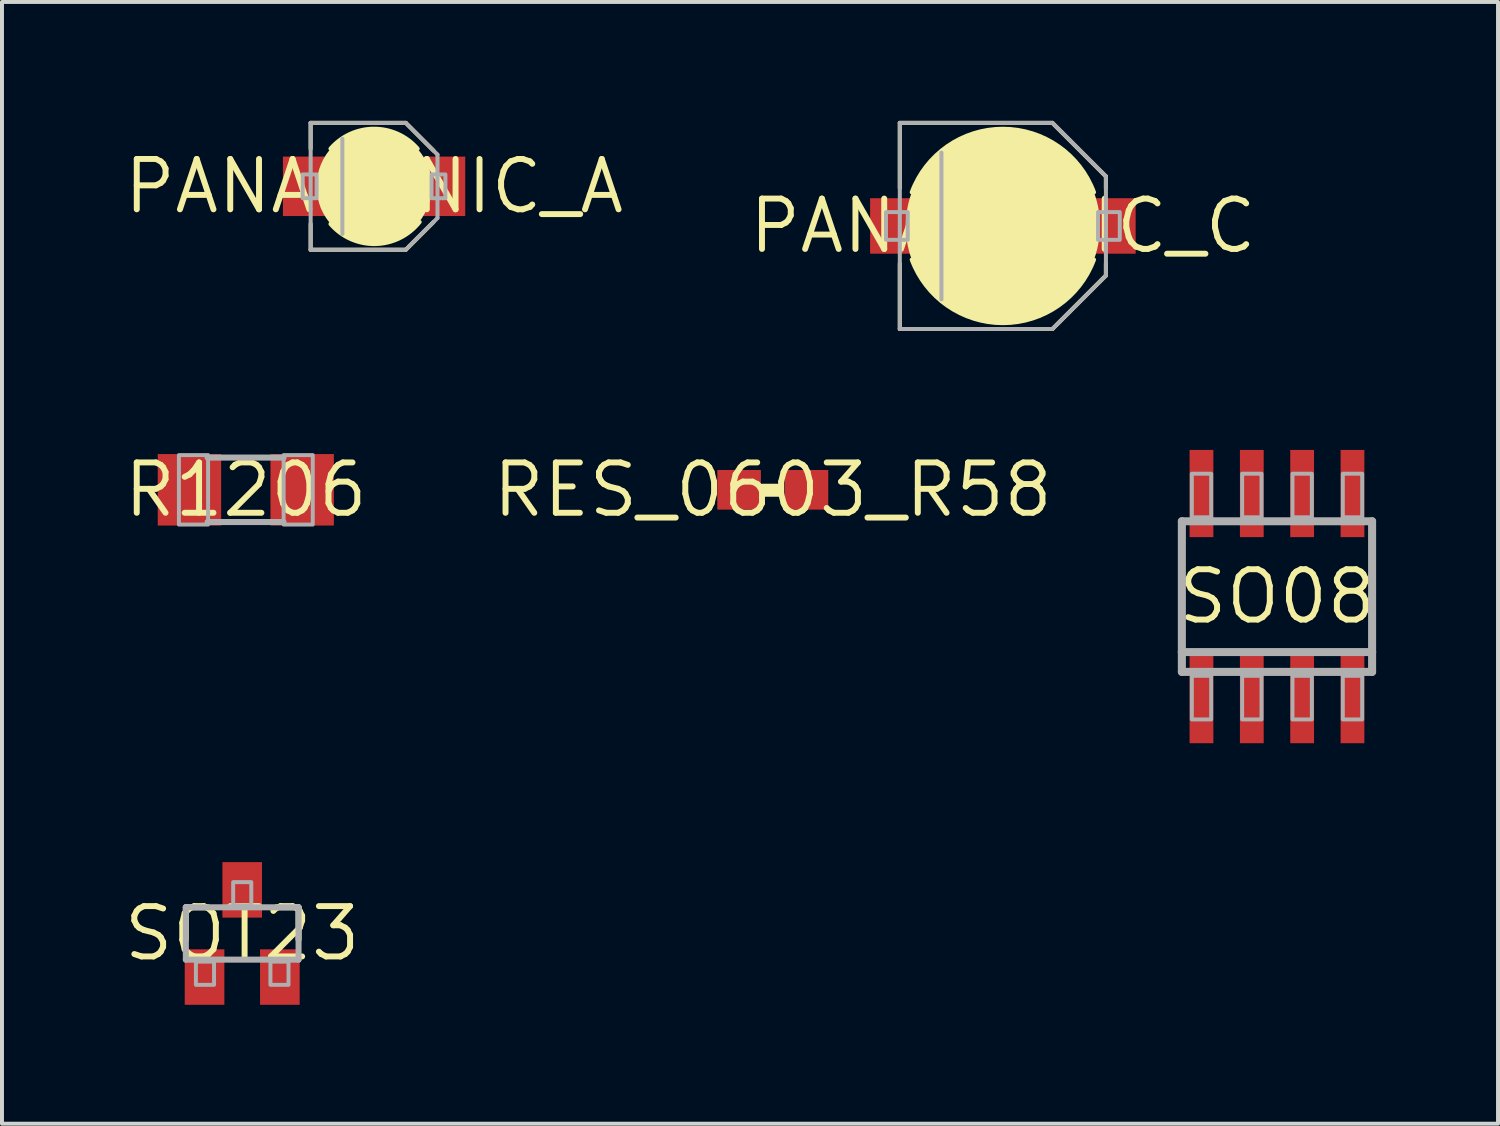
<source format=kicad_pcb>
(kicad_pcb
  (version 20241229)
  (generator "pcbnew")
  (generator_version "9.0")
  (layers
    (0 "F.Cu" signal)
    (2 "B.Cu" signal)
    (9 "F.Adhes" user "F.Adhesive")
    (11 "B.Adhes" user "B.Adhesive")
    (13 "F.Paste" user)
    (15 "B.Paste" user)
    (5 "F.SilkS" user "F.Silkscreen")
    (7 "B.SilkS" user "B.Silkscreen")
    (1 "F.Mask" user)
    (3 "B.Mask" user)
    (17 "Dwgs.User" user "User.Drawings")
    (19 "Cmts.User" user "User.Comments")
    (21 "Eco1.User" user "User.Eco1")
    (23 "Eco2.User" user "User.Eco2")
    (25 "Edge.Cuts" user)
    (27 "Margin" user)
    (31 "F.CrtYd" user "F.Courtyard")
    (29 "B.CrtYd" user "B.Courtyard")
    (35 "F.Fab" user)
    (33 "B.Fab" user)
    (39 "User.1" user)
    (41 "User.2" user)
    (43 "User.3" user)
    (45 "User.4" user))
  (footprint "PANASONIC_C"
    (layer "F.Cu")
    (at 22.253 2.651)
    (property "Reference" "PANASONIC_C" (at 0 0 0) (layer "F.SilkS") (effects (font (size 1.27 1.27) (thickness 0.15))))
    (fp_poly (pts (xy -3.35 -0.7) (xy -0.75 -0.7) (xy -0.75 0.7) (xy -3.35 0.7)) (stroke (width 0) (type default)) (fill yes) (layer "F.Mask"))
    (fp_poly (pts (xy 0.75 -0.7) (xy 3.35 -0.7) (xy 3.35 0.7) (xy 0.75 0.7)) (stroke (width 0) (type default)) (fill yes) (layer "F.Mask"))
    (fp_line (start -2.6 -2.6) (end 1.25 -2.6) (stroke (width 0.102) (type solid)) (layer "F.SilkS"))
    (fp_line (start -2.6 -0.95) (end -2.6 -2.6) (stroke (width 0.102) (type solid)) (layer "F.SilkS"))
    (fp_line (start -2.6 2.6) (end -2.6 0.95) (stroke (width 0.102) (type solid)) (layer "F.SilkS"))
    (fp_line (start 1.25 -2.6) (end 2.6 -1.25) (stroke (width 0.102) (type solid)) (layer "F.SilkS"))
    (fp_line (start 1.25 2.6) (end -2.6 2.6) (stroke (width 0.102) (type solid)) (layer "F.SilkS"))
    (fp_line (start 2.6 -1.25) (end 2.6 -0.95) (stroke (width 0.102) (type solid)) (layer "F.SilkS"))
    (fp_line (start 2.6 0.95) (end 2.6 1.25) (stroke (width 0.102) (type solid)) (layer "F.SilkS"))
    (fp_line (start 2.6 1.25) (end 1.25 2.6) (stroke (width 0.102) (type solid)) (layer "F.SilkS"))
    (fp_arc (start -2.299999 -0.850002) (mid 0.000001 -2.452034) (end 2.3 -0.85) (stroke (width 0.102) (type solid)) (layer "F.SilkS"))
    (fp_arc (start 2.3 0.849999) (mid 0 2.45204) (end -2.3 0.85) (stroke (width 0.102) (type solid)) (layer "F.SilkS"))
    (fp_circle (center 0 0) (end 1.225 0) (stroke (width 2.45) (type solid)) (fill yes) (layer "F.SilkS"))
    (fp_poly (pts (xy -3.35 -0.7) (xy -0.75 -0.7) (xy -0.75 0.7) (xy -3.35 0.7)) (stroke (width 0) (type default)) (fill yes) (layer "F.Paste"))
    (fp_poly (pts (xy 0.75 -0.7) (xy 3.35 -0.7) (xy 3.35 0.7) (xy 0.75 0.7)) (stroke (width 0) (type default)) (fill yes) (layer "F.Paste"))
    (fp_line (start -2.6 -2.6) (end 1.25 -2.6) (stroke (width 0.102) (type solid)) (layer "F.Fab"))
    (fp_line (start -2.6 2.6) (end -2.6 -2.6) (stroke (width 0.102) (type solid)) (layer "F.Fab"))
    (fp_line (start -1.55 -1.85) (end -1.55 1.85) (stroke (width 0.102) (type solid)) (layer "F.Fab"))
    (fp_line (start 1.25 -2.6) (end 2.6 -1.25) (stroke (width 0.102) (type solid)) (layer "F.Fab"))
    (fp_line (start 1.25 2.6) (end -2.6 2.6) (stroke (width 0.102) (type solid)) (layer "F.Fab"))
    (fp_line (start 2.6 -1.25) (end 2.6 1.25) (stroke (width 0.102) (type solid)) (layer "F.Fab"))
    (fp_line (start 2.6 1.25) (end 1.25 2.6) (stroke (width 0.102) (type solid)) (layer "F.Fab"))
    (fp_poly (pts (xy -2.4 -0.35) (xy -2.949 -0.35) (xy -2.949 0.35) (xy -2.4 0.35)) (stroke (width 0.1) (type default)) (fill no) (layer "F.Fab"))
    (fp_poly (pts (xy 2.95 -0.35) (xy 2.401 -0.35) (xy 2.401 0.35) (xy 2.95 0.35)) (stroke (width 0.1) (type default)) (fill no) (layer "F.Fab"))
    (pad "+" smd rect (at 2.05 0) (size 2.6 1.4) (layers "F.Cu"))
    (pad "-" smd rect (at -2.05 0) (size 2.6 1.4) (layers "F.Cu")))
  (footprint "SOT23"
    (layer "F.Cu")
    (at 3.061 20.502)
    (property "Reference" "SOT23" (at 0 0 0) (layer "F.SilkS") (effects (font (size 1.27 1.27) (thickness 0.15))))
    (fp_poly (pts (xy -1.45 0.4) (xy -0.45 0.4) (xy -0.45 1.8) (xy -1.45 1.8)) (stroke (width 0) (type default)) (fill yes) (layer "F.Mask"))
    (fp_poly (pts (xy -0.5 -1.8) (xy 0.5 -1.8) (xy 0.5 -0.4) (xy -0.5 -0.4)) (stroke (width 0) (type default)) (fill yes) (layer "F.Mask"))
    (fp_poly (pts (xy 0.45 0.4) (xy 1.45 0.4) (xy 1.45 1.8) (xy 0.45 1.8)) (stroke (width 0) (type default)) (fill yes) (layer "F.Mask"))
    (fp_line (start -1.422 -0.66) (end -0.864 -0.66) (stroke (width 0.152) (type solid)) (layer "F.SilkS"))
    (fp_line (start -1.422 0.152) (end -1.422 -0.66) (stroke (width 0.152) (type solid)) (layer "F.SilkS"))
    (fp_line (start 0.864 -0.66) (end 1.422 -0.66) (stroke (width 0.152) (type solid)) (layer "F.SilkS"))
    (fp_line (start 1.422 -0.66) (end 1.422 0.152) (stroke (width 0.152) (type solid)) (layer "F.SilkS"))
    (fp_poly (pts (xy -1.45 0.4) (xy -0.45 0.4) (xy -0.45 1.8) (xy -1.45 1.8)) (stroke (width 0) (type default)) (fill yes) (layer "F.Paste"))
    (fp_poly (pts (xy -0.5 -1.8) (xy 0.5 -1.8) (xy 0.5 -0.4) (xy -0.5 -0.4)) (stroke (width 0) (type default)) (fill yes) (layer "F.Paste"))
    (fp_poly (pts (xy 0.45 0.4) (xy 1.45 0.4) (xy 1.45 1.8) (xy 0.45 1.8)) (stroke (width 0) (type default)) (fill yes) (layer "F.Paste"))
    (fp_line (start -1.422 -0.66) (end 1.422 -0.66) (stroke (width 0.152) (type solid)) (layer "F.Fab"))
    (fp_line (start -1.422 0.66) (end -1.422 -0.66) (stroke (width 0.152) (type solid)) (layer "F.Fab"))
    (fp_line (start 1.422 -0.66) (end 1.422 0.66) (stroke (width 0.152) (type solid)) (layer "F.Fab"))
    (fp_line (start 1.422 0.66) (end -1.422 0.66) (stroke (width 0.152) (type solid)) (layer "F.Fab"))
    (fp_poly (pts (xy -0.711 0.711) (xy -1.168 0.711) (xy -1.168 1.296) (xy -0.711 1.296)) (stroke (width 0.1) (type default)) (fill no) (layer "F.Fab"))
    (fp_poly (pts (xy 0.229 -1.295) (xy -0.228 -1.295) (xy -0.228 -0.711) (xy 0.229 -0.711)) (stroke (width 0.1) (type default)) (fill no) (layer "F.Fab"))
    (fp_poly (pts (xy 1.168 0.711) (xy 0.712 0.711) (xy 0.712 1.296) (xy 1.168 1.296)) (stroke (width 0.1) (type default)) (fill no) (layer "F.Fab"))
    (pad "1" smd rect (at -0.95 1.1) (size 1 1.4) (layers "F.Cu"))
    (pad "2" smd rect (at 0.95 1.1) (size 1 1.4) (layers "F.Cu"))
    (pad "3" smd rect (at 0 -1.1) (size 1 1.4) (layers "F.Cu")))
  (footprint "SO08"
    (layer "F.Cu")
    (at 29.169 12.002)
    (property "Reference" "SO08" (at 0 0 0) (layer "F.SilkS") (effects (font (size 1.27 1.27) (thickness 0.15))))
    (fp_poly (pts (xy -2.205 -3.7) (xy -1.605 -3.7) (xy -1.605 -1.5) (xy -2.205 -1.5)) (stroke (width 0) (type default)) (fill yes) (layer "F.Mask"))
    (fp_poly (pts (xy -2.205 1.5) (xy -1.605 1.5) (xy -1.605 3.7) (xy -2.205 3.7)) (stroke (width 0) (type default)) (fill yes) (layer "F.Mask"))
    (fp_poly (pts (xy -0.935 -3.7) (xy -0.335 -3.7) (xy -0.335 -1.5) (xy -0.935 -1.5)) (stroke (width 0) (type default)) (fill yes) (layer "F.Mask"))
    (fp_poly (pts (xy -0.935 1.5) (xy -0.335 1.5) (xy -0.335 3.7) (xy -0.935 3.7)) (stroke (width 0) (type default)) (fill yes) (layer "F.Mask"))
    (fp_poly (pts (xy 0.335 -3.7) (xy 0.935 -3.7) (xy 0.935 -1.5) (xy 0.335 -1.5)) (stroke (width 0) (type default)) (fill yes) (layer "F.Mask"))
    (fp_poly (pts (xy 0.335 1.5) (xy 0.935 1.5) (xy 0.935 3.7) (xy 0.335 3.7)) (stroke (width 0) (type default)) (fill yes) (layer "F.Mask"))
    (fp_poly (pts (xy 1.605 -3.7) (xy 2.205 -3.7) (xy 2.205 -1.5) (xy 1.605 -1.5)) (stroke (width 0) (type default)) (fill yes) (layer "F.Mask"))
    (fp_poly (pts (xy 1.605 1.5) (xy 2.205 1.5) (xy 2.205 3.7) (xy 1.605 3.7)) (stroke (width 0) (type default)) (fill yes) (layer "F.Mask"))
    (fp_poly (pts (xy -2.205 -3.7) (xy -1.605 -3.7) (xy -1.605 -1.5) (xy -2.205 -1.5)) (stroke (width 0) (type default)) (fill yes) (layer "F.Paste"))
    (fp_poly (pts (xy -2.205 1.5) (xy -1.605 1.5) (xy -1.605 3.7) (xy -2.205 3.7)) (stroke (width 0) (type default)) (fill yes) (layer "F.Paste"))
    (fp_poly (pts (xy -0.935 -3.7) (xy -0.335 -3.7) (xy -0.335 -1.5) (xy -0.935 -1.5)) (stroke (width 0) (type default)) (fill yes) (layer "F.Paste"))
    (fp_poly (pts (xy -0.935 1.5) (xy -0.335 1.5) (xy -0.335 3.7) (xy -0.935 3.7)) (stroke (width 0) (type default)) (fill yes) (layer "F.Paste"))
    (fp_poly (pts (xy 0.335 -3.7) (xy 0.935 -3.7) (xy 0.935 -1.5) (xy 0.335 -1.5)) (stroke (width 0) (type default)) (fill yes) (layer "F.Paste"))
    (fp_poly (pts (xy 0.335 1.5) (xy 0.935 1.5) (xy 0.935 3.7) (xy 0.335 3.7)) (stroke (width 0) (type default)) (fill yes) (layer "F.Paste"))
    (fp_poly (pts (xy 1.605 -3.7) (xy 2.205 -3.7) (xy 2.205 -1.5) (xy 1.605 -1.5)) (stroke (width 0) (type default)) (fill yes) (layer "F.Paste"))
    (fp_poly (pts (xy 1.605 1.5) (xy 2.205 1.5) (xy 2.205 3.7) (xy 1.605 3.7)) (stroke (width 0) (type default)) (fill yes) (layer "F.Paste"))
    (fp_line (start -2.4 -1.9) (end 2.4 -1.9) (stroke (width 0.203) (type solid)) (layer "F.Fab"))
    (fp_line (start -2.4 1.4) (end -2.4 -1.9) (stroke (width 0.203) (type solid)) (layer "F.Fab"))
    (fp_line (start -2.4 1.9) (end -2.4 1.4) (stroke (width 0.203) (type solid)) (layer "F.Fab"))
    (fp_line (start 2.4 -1.9) (end 2.4 1.4) (stroke (width 0.203) (type solid)) (layer "F.Fab"))
    (fp_line (start 2.4 1.4) (end -2.4 1.4) (stroke (width 0.203) (type solid)) (layer "F.Fab"))
    (fp_line (start 2.4 1.4) (end 2.4 1.9) (stroke (width 0.203) (type solid)) (layer "F.Fab"))
    (fp_line (start 2.4 1.9) (end -2.4 1.9) (stroke (width 0.203) (type solid)) (layer "F.Fab"))
    (fp_poly (pts (xy -1.66 -3.1) (xy -2.149 -3.1) (xy -2.149 -2) (xy -1.66 -2)) (stroke (width 0.1) (type default)) (fill no) (layer "F.Fab"))
    (fp_poly (pts (xy -1.66 2) (xy -2.149 2) (xy -2.149 3.1) (xy -1.66 3.1)) (stroke (width 0.1) (type default)) (fill no) (layer "F.Fab"))
    (fp_poly (pts (xy -0.39 -3.1) (xy -0.879 -3.1) (xy -0.879 -2) (xy -0.39 -2)) (stroke (width 0.1) (type default)) (fill no) (layer "F.Fab"))
    (fp_poly (pts (xy -0.39 2) (xy -0.879 2) (xy -0.879 3.1) (xy -0.39 3.1)) (stroke (width 0.1) (type default)) (fill no) (layer "F.Fab"))
    (fp_poly (pts (xy 0.88 -3.1) (xy 0.391 -3.1) (xy 0.391 -2) (xy 0.88 -2)) (stroke (width 0.1) (type default)) (fill no) (layer "F.Fab"))
    (fp_poly (pts (xy 0.88 2) (xy 0.391 2) (xy 0.391 3.1) (xy 0.88 3.1)) (stroke (width 0.1) (type default)) (fill no) (layer "F.Fab"))
    (fp_poly (pts (xy 2.15 -3.1) (xy 1.661 -3.1) (xy 1.661 -2) (xy 2.15 -2)) (stroke (width 0.1) (type default)) (fill no) (layer "F.Fab"))
    (fp_poly (pts (xy 2.15 2) (xy 1.661 2) (xy 1.661 3.1) (xy 2.15 3.1)) (stroke (width 0.1) (type default)) (fill no) (layer "F.Fab"))
    (pad "1" smd rect (at -1.905 2.6) (size 0.6 2.2) (layers "F.Cu"))
    (pad "2" smd rect (at -0.635 2.6) (size 0.6 2.2) (layers "F.Cu"))
    (pad "3" smd rect (at 0.635 2.6) (size 0.6 2.2) (layers "F.Cu"))
    (pad "4" smd rect (at 1.905 2.6) (size 0.6 2.2) (layers "F.Cu"))
    (pad "5" smd rect (at 1.905 -2.6) (size 0.6 2.2) (layers "F.Cu"))
    (pad "6" smd rect (at 0.635 -2.6) (size 0.6 2.2) (layers "F.Cu"))
    (pad "7" smd rect (at -0.635 -2.6) (size 0.6 2.2) (layers "F.Cu"))
    (pad "8" smd rect (at -1.905 -2.6) (size 0.6 2.2) (layers "F.Cu")))
  (footprint "R1206"
    (layer "F.Cu")
    (at 3.152 9.308)
    (property "Reference" "R1206" (at 0 0 0) (layer "F.SilkS") (effects (font (size 1.27 1.27) (thickness 0.15))))
    (fp_poly (pts (xy -2.222 -0.902) (xy -0.622 -0.902) (xy -0.622 0.902) (xy -2.222 0.902)) (stroke (width 0) (type default)) (fill yes) (layer "F.Mask"))
    (fp_poly (pts (xy 0.622 -0.902) (xy 2.222 -0.902) (xy 2.222 0.902) (xy 0.622 0.902)) (stroke (width 0) (type default)) (fill yes) (layer "F.Mask"))
    (fp_poly (pts (xy -2.222 -0.902) (xy -0.622 -0.902) (xy -0.622 0.902) (xy -2.222 0.902)) (stroke (width 0) (type default)) (fill yes) (layer "F.Paste"))
    (fp_poly (pts (xy 0.622 -0.902) (xy 2.222 -0.902) (xy 2.222 0.902) (xy 0.622 0.902)) (stroke (width 0) (type default)) (fill yes) (layer "F.Paste"))
    (fp_line (start 0.952 -0.813) (end -0.965 -0.813) (stroke (width 0.152) (type solid)) (layer "F.Fab"))
    (fp_line (start 0.952 0.813) (end -0.965 0.813) (stroke (width 0.152) (type solid)) (layer "F.Fab"))
    (fp_poly (pts (xy -0.952 -0.876) (xy -1.688 -0.876) (xy -1.688 0.877) (xy -0.952 0.877)) (stroke (width 0.1) (type default)) (fill no) (layer "F.Fab"))
    (fp_poly (pts (xy 1.689 -0.876) (xy 0.954 -0.876) (xy 0.954 0.877) (xy 1.689 0.877)) (stroke (width 0.1) (type default)) (fill no) (layer "F.Fab"))
    (pad "1" smd rect (at -1.422 0) (size 1.6 1.803) (layers "F.Cu"))
    (pad "2" smd rect (at 1.422 0) (size 1.6 1.803) (layers "F.Cu")))
  (footprint "PANASONIC_A"
    (layer "F.Cu")
    (at 6.388 1.651)
    (property "Reference" "PANASONIC_A" (at 0 0 0) (layer "F.SilkS") (effects (font (size 1.27 1.27) (thickness 0.15))))
    (fp_poly (pts (xy -2.3 -0.75) (xy -0.3 -0.75) (xy -0.3 0.75) (xy -2.3 0.75)) (stroke (width 0) (type default)) (fill yes) (layer "F.Mask"))
    (fp_poly (pts (xy 0.3 -0.75) (xy 2.3 -0.75) (xy 2.3 0.75) (xy 0.3 0.75)) (stroke (width 0) (type default)) (fill yes) (layer "F.Mask"))
    (fp_line (start -1.6 -1.6) (end 0.8 -1.6) (stroke (width 0.102) (type solid)) (layer "F.SilkS"))
    (fp_line (start -1.6 -0.95) (end -1.6 -1.6) (stroke (width 0.102) (type solid)) (layer "F.SilkS"))
    (fp_line (start -1.6 1.6) (end -1.6 0.95) (stroke (width 0.102) (type solid)) (layer "F.SilkS"))
    (fp_line (start 0.8 -1.6) (end 1.5 -0.9) (stroke (width 0.102) (type solid)) (layer "F.SilkS"))
    (fp_line (start 0.8 1.6) (end -1.6 1.6) (stroke (width 0.102) (type solid)) (layer "F.SilkS"))
    (fp_line (start 1.5 0.9) (end 0.8 1.6) (stroke (width 0.102) (type solid)) (layer "F.SilkS"))
    (fp_arc (start -1.099999 -0.950001) (mid 0.000001 -1.453434) (end 1.1 -0.95) (stroke (width 0.102) (type solid)) (layer "F.SilkS"))
    (fp_arc (start 1.149999 0.899999) (mid 0.03681 1.456459) (end -1.1 0.95) (stroke (width 0.102) (type solid)) (layer "F.SilkS"))
    (fp_circle (center 0 0) (end 0.725 0) (stroke (width 1.45) (type solid)) (fill yes) (layer "F.SilkS"))
    (fp_poly (pts (xy -2.3 -0.75) (xy -0.3 -0.75) (xy -0.3 0.75) (xy -2.3 0.75)) (stroke (width 0) (type default)) (fill yes) (layer "F.Paste"))
    (fp_poly (pts (xy 0.3 -0.75) (xy 2.3 -0.75) (xy 2.3 0.75) (xy 0.3 0.75)) (stroke (width 0) (type default)) (fill yes) (layer "F.Paste"))
    (fp_line (start -1.6 -1.6) (end 0.8 -1.6) (stroke (width 0.102) (type solid)) (layer "F.Fab"))
    (fp_line (start -1.6 1.6) (end -1.6 -1.6) (stroke (width 0.102) (type solid)) (layer "F.Fab"))
    (fp_line (start -0.8 -1.2) (end -0.8 1.2) (stroke (width 0.102) (type solid)) (layer "F.Fab"))
    (fp_line (start 0.8 -1.6) (end 1.6 -0.8) (stroke (width 0.102) (type solid)) (layer "F.Fab"))
    (fp_line (start 0.8 1.6) (end -1.6 1.6) (stroke (width 0.102) (type solid)) (layer "F.Fab"))
    (fp_line (start 1.6 -0.8) (end 1.6 0.8) (stroke (width 0.102) (type solid)) (layer "F.Fab"))
    (fp_line (start 1.6 0.8) (end 0.8 1.6) (stroke (width 0.102) (type solid)) (layer "F.Fab"))
    (fp_poly (pts (xy -1.45 -0.3) (xy -1.8 -0.3) (xy -1.8 0.3) (xy -1.45 0.3)) (stroke (width 0.1) (type default)) (fill no) (layer "F.Fab"))
    (fp_poly (pts (xy 1.8 -0.3) (xy 1.45 -0.3) (xy 1.45 0.3) (xy 1.8 0.3)) (stroke (width 0.1) (type default)) (fill no) (layer "F.Fab"))
    (pad "+" smd rect (at 1.3 0) (size 2 1.5) (layers "F.Cu"))
    (pad "-" smd rect (at -1.3 0) (size 2 1.5) (layers "F.Cu")))
  (footprint "RES_0603_R58"
    (layer "F.Cu")
    (at 16.448 9.308)
    (property "Reference" "RES_0603_R58" (at 0 0 0) (layer "F.SilkS") (effects (font (size 1.27 1.27) (thickness 0.15))))
    (fp_poly (pts (xy -0.283 -0.153) (xy 0.28 -0.153) (xy 0.28 0.175) (xy -0.283 0.175)) (stroke (width 0) (type default)) (fill yes) (layer "F.SilkS"))
    (pad "1" smd rect (at -0.85 0 90) (size 1 1.1) (layers "F.Cu" "F.Mask" "F.Paste"))
    (pad "2" smd rect (at 0.85 0 90) (size 1 1.1) (layers "F.Cu" "F.Mask" "F.Paste")))
  (gr_rect
    (start -3 -3)
    (end 34.746 25.302)
    (stroke (width 0.1) (type default))
    (fill no)
    (layer "Edge.Cuts")))
</source>
